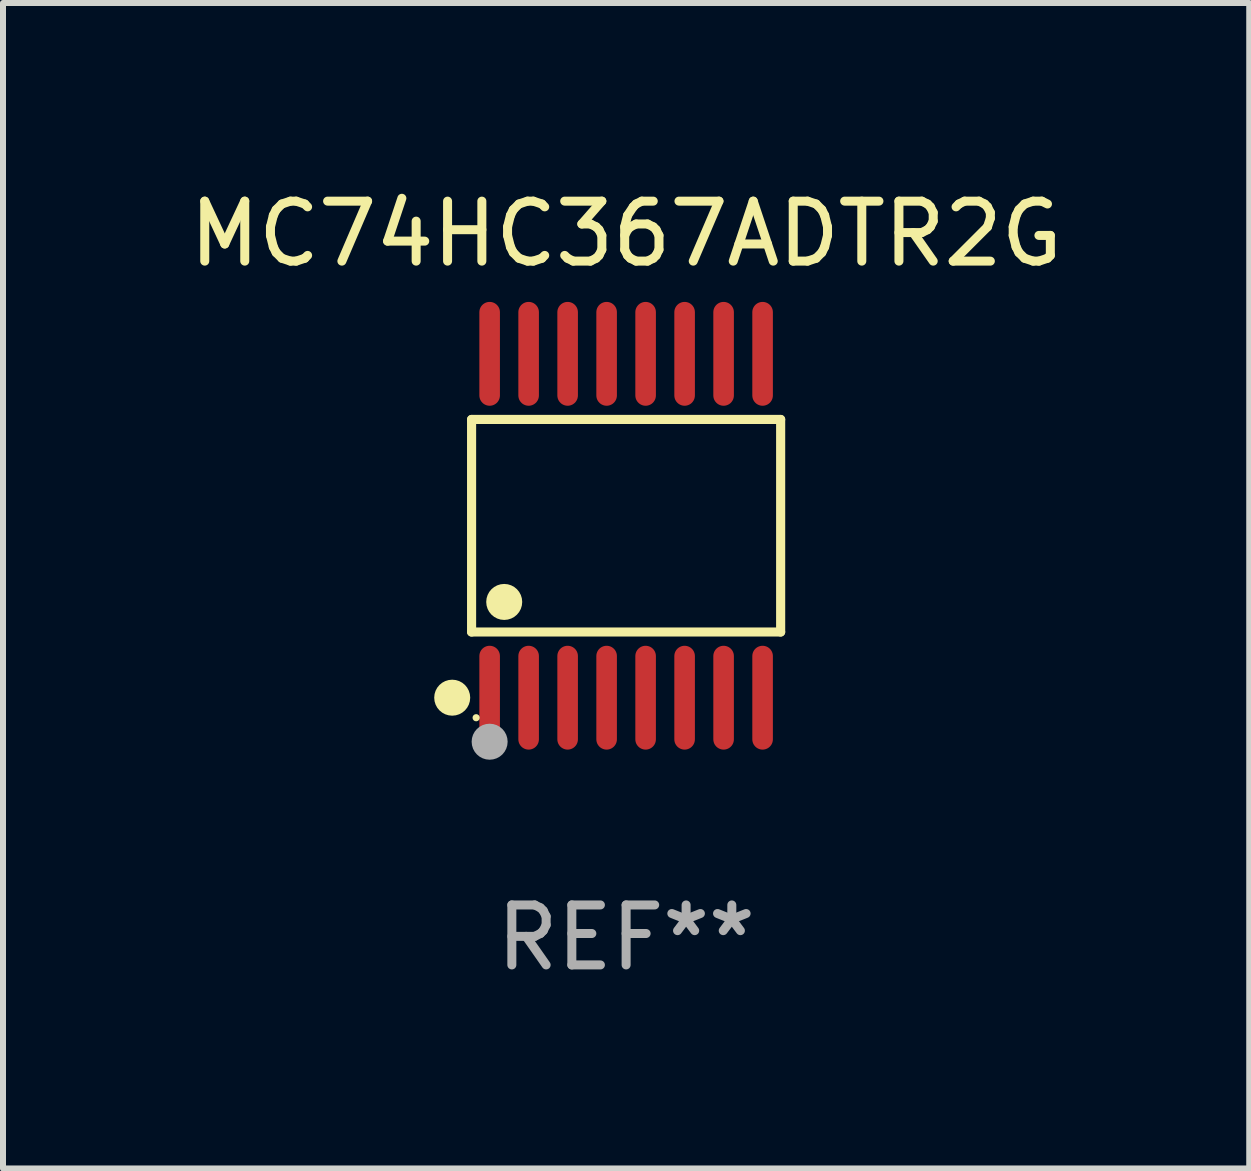
<source format=kicad_pcb>
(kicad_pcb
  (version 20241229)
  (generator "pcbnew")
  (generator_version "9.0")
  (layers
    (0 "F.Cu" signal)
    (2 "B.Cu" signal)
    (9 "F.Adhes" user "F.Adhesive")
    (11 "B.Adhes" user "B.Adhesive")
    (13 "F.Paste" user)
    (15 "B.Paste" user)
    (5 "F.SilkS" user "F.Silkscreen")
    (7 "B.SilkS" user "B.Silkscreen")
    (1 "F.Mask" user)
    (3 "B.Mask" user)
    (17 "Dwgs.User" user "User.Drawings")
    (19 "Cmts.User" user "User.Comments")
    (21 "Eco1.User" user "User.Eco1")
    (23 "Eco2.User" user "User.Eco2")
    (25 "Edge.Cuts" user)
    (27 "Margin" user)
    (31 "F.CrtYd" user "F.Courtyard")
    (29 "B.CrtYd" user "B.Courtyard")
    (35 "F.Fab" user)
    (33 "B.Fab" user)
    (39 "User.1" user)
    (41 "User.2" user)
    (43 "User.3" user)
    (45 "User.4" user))
  (footprint "MC74HC367ADTR2G"
    (layer "F.Cu")
    (at 7.387 5.714)
    (property "Reference" "MC74HC367ADTR2G" (at 0 -4.866 0) (layer "F.SilkS") (effects (font (size 1 1) (thickness 0.15))))
    (attr through_hole)
    (fp_line (start -2.576 -1.772) (end 2.576 -1.772) (stroke (width 0.152) (type solid)) (layer "F.SilkS"))
    (fp_line (start -2.576 1.771) (end -2.576 -1.772) (stroke (width 0.152) (type solid)) (layer "F.SilkS"))
    (fp_line (start 2.576 -1.772) (end 2.576 1.771) (stroke (width 0.152) (type solid)) (layer "F.SilkS"))
    (fp_line (start 2.576 1.771) (end -2.576 1.771) (stroke (width 0.152) (type solid)) (layer "F.SilkS"))
    (fp_circle (center -2.899 2.866) (end -2.749 2.866) (stroke (width 0.3) (type solid)) (fill no) (layer "F.SilkS"))
    (fp_circle (center -2.5 3.2) (end -2.47 3.2) (stroke (width 0.06) (type solid)) (fill no) (layer "F.SilkS"))
    (fp_circle (center -2.032 1.27) (end -1.882 1.27) (stroke (width 0.3) (type solid)) (fill no) (layer "F.SilkS"))
    (fp_circle (center -2.275 3.6) (end -2.125 3.6) (stroke (width 0.3) (type solid)) (fill no) (layer "F.Fab"))
    (fp_text user "REF**" (at 0 6.866 0) (layer "F.Fab") (effects (font (size 1 1) (thickness 0.15))))
    (pad "1" smd oval (at -2.275 2.866) (size 0.343 1.731) (layers "F.Cu" "F.Mask" "F.Paste"))
    (pad "2" smd oval (at -1.625 2.866) (size 0.343 1.731) (layers "F.Cu" "F.Mask" "F.Paste"))
    (pad "3" smd oval (at -0.975 2.866) (size 0.343 1.731) (layers "F.Cu" "F.Mask" "F.Paste"))
    (pad "4" smd oval (at -0.325 2.866) (size 0.343 1.731) (layers "F.Cu" "F.Mask" "F.Paste"))
    (pad "5" smd oval (at 0.325 2.866) (size 0.343 1.731) (layers "F.Cu" "F.Mask" "F.Paste"))
    (pad "6" smd oval (at 0.975 2.866) (size 0.343 1.731) (layers "F.Cu" "F.Mask" "F.Paste"))
    (pad "7" smd oval (at 1.625 2.866) (size 0.343 1.731) (layers "F.Cu" "F.Mask" "F.Paste"))
    (pad "8" smd oval (at 2.275 2.866) (size 0.343 1.731) (layers "F.Cu" "F.Mask" "F.Paste"))
    (pad "9" smd oval (at 2.275 -2.866) (size 0.343 1.731) (layers "F.Cu" "F.Mask" "F.Paste"))
    (pad "10" smd oval (at 1.625 -2.866) (size 0.343 1.731) (layers "F.Cu" "F.Mask" "F.Paste"))
    (pad "11" smd oval (at 0.975 -2.866) (size 0.343 1.731) (layers "F.Cu" "F.Mask" "F.Paste"))
    (pad "12" smd oval (at 0.325 -2.866) (size 0.343 1.731) (layers "F.Cu" "F.Mask" "F.Paste"))
    (pad "13" smd oval (at -0.325 -2.866) (size 0.343 1.731) (layers "F.Cu" "F.Mask" "F.Paste"))
    (pad "14" smd oval (at -0.975 -2.866) (size 0.343 1.731) (layers "F.Cu" "F.Mask" "F.Paste"))
    (pad "15" smd oval (at -1.625 -2.866) (size 0.343 1.731) (layers "F.Cu" "F.Mask" "F.Paste"))
    (pad "16" smd oval (at -2.275 -2.866) (size 0.343 1.731) (layers "F.Cu" "F.Mask" "F.Paste")))
  (gr_rect
    (start -3 -3)
    (end 17.774 16.428)
    (stroke (width 0.1) (type default))
    (fill no)
    (layer "Edge.Cuts")))
</source>
